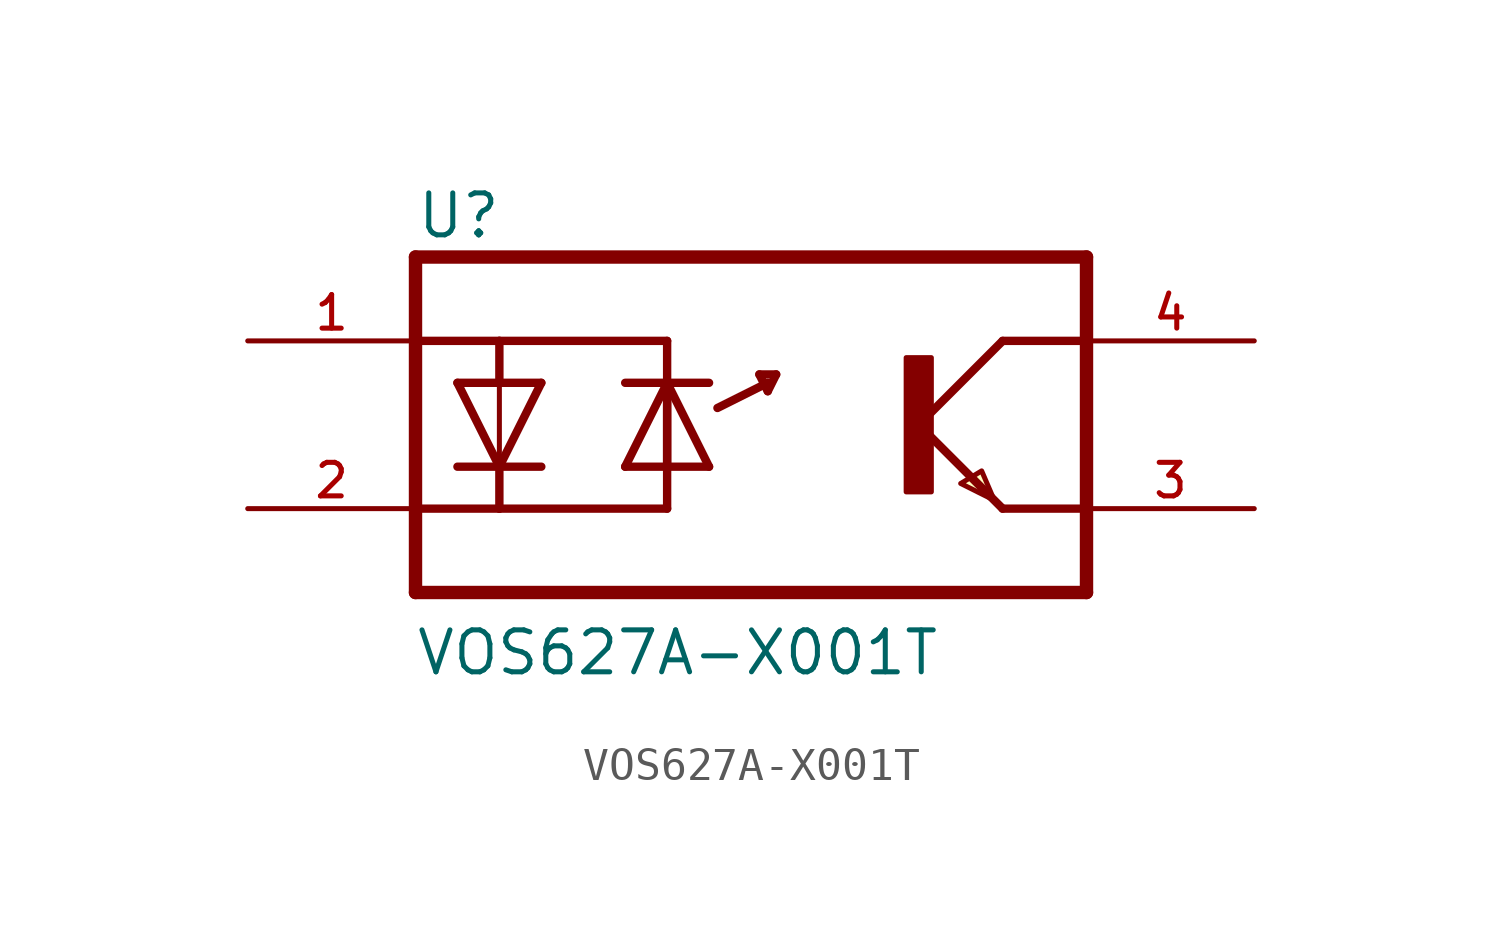
<source format=kicad_sym>
(kicad_symbol_lib
  (version 20211014)
  (generator kicad_symbol_editor)
  (symbol "VOS627A-X001T"
    (pin_names
      (offset 1.016) hide)
    (property "Reference" "U"
      (at -10.16 5.588 0)
      (effects (font (size 1.27 1.27)) (justify left bottom)))
    (property "Value" "VOS627A-X001T"
      (at -10.185 -7.645 0)
      (effects (font (size 1.27 1.27)) (justify left bottom)))
    (symbol "VOS627A-X001T_0_0"
      (polyline (pts (xy -10.16 -5.08) (xy 10.16 -5.08)) (stroke (width 0.406) (type default) (color 0 0 0 0)) (fill (type none)))
      (polyline (pts (xy -10.16 -2.54) (xy -10.16 -5.08)) (stroke (width 0.406) (type default) (color 0 0 0 0)) (fill (type none)))
      (polyline (pts (xy -10.16 2.54) (xy -10.16 -2.54)) (stroke (width 0.406) (type default) (color 0 0 0 0)) (fill (type none)))
      (polyline (pts (xy -10.16 5.08) (xy -10.16 2.54)) (stroke (width 0.406) (type default) (color 0 0 0 0)) (fill (type none)))
      (polyline (pts (xy -10.16 5.08) (xy 10.16 5.08)) (stroke (width 0.406) (type default) (color 0 0 0 0)) (fill (type none)))
      (polyline (pts (xy -7.62 -2.54) (xy -10.16 -2.54)) (stroke (width 0.254) (type default) (color 0 0 0 0)) (fill (type none)))
      (polyline (pts (xy -7.62 -2.54) (xy -2.54 -2.54)) (stroke (width 0.254) (type default) (color 0 0 0 0)) (fill (type none)))
      (polyline (pts (xy -7.62 -1.27) (xy -8.89 -1.27)) (stroke (width 0.254) (type default) (color 0 0 0 0)) (fill (type none)))
      (polyline (pts (xy -7.62 -1.27) (xy -8.89 1.27)) (stroke (width 0.254) (type default) (color 0 0 0 0)) (fill (type none)))
      (polyline (pts (xy -7.62 -1.27) (xy -7.62 -2.54)) (stroke (width 0.254) (type default) (color 0 0 0 0)) (fill (type none)))
      (polyline (pts (xy -7.62 1.27) (xy -8.89 1.27)) (stroke (width 0.254) (type default) (color 0 0 0 0)) (fill (type none)))
      (polyline (pts (xy -7.62 1.27) (xy -7.62 -1.27)) (stroke (width 0.152) (type default) (color 0 0 0 0)) (fill (type none)))
      (polyline (pts (xy -7.62 1.27) (xy -7.62 2.54)) (stroke (width 0.254) (type default) (color 0 0 0 0)) (fill (type none)))
      (polyline (pts (xy -7.62 2.54) (xy -10.16 2.54)) (stroke (width 0.254) (type default) (color 0 0 0 0)) (fill (type none)))
      (polyline (pts (xy -7.62 2.54) (xy -2.54 2.54)) (stroke (width 0.254) (type default) (color 0 0 0 0)) (fill (type none)))
      (polyline (pts (xy -6.35 -1.27) (xy -7.62 -1.27)) (stroke (width 0.254) (type default) (color 0 0 0 0)) (fill (type none)))
      (polyline (pts (xy -6.35 1.27) (xy -7.62 -1.27)) (stroke (width 0.254) (type default) (color 0 0 0 0)) (fill (type none)))
      (polyline (pts (xy -6.35 1.27) (xy -7.62 1.27)) (stroke (width 0.254) (type default) (color 0 0 0 0)) (fill (type none)))
      (polyline (pts (xy -3.81 -1.27) (xy -2.54 -1.27)) (stroke (width 0.254) (type default) (color 0 0 0 0)) (fill (type none)))
      (polyline (pts (xy -3.81 -1.27) (xy -2.54 1.27)) (stroke (width 0.254) (type default) (color 0 0 0 0)) (fill (type none)))
      (polyline (pts (xy -3.81 1.27) (xy -2.54 1.27)) (stroke (width 0.254) (type default) (color 0 0 0 0)) (fill (type none)))
      (polyline (pts (xy -2.54 -1.27) (xy -2.54 1.27)) (stroke (width 0.152) (type default) (color 0 0 0 0)) (fill (type none)))
      (polyline (pts (xy -2.54 -1.27) (xy -2.54 2.54)) (stroke (width 0.254) (type default) (color 0 0 0 0)) (fill (type none)))
      (polyline (pts (xy -2.54 -1.27) (xy -1.27 -1.27)) (stroke (width 0.254) (type default) (color 0 0 0 0)) (fill (type none)))
      (polyline (pts (xy -2.54 1.27) (xy -2.54 -2.54)) (stroke (width 0.254) (type default) (color 0 0 0 0)) (fill (type none)))
      (polyline (pts (xy -2.54 1.27) (xy -1.27 -1.27)) (stroke (width 0.254) (type default) (color 0 0 0 0)) (fill (type none)))
      (polyline (pts (xy -2.54 1.27) (xy -1.27 1.27)) (stroke (width 0.254) (type default) (color 0 0 0 0)) (fill (type none)))
      (polyline (pts (xy -1.016 0.508) (xy 0.508 1.27)) (stroke (width 0.254) (type default) (color 0 0 0 0)) (fill (type none)))
      (polyline (pts (xy 0.254 1.524) (xy 0.508 1.016)) (stroke (width 0.254) (type default) (color 0 0 0 0)) (fill (type none)))
      (polyline (pts (xy 0.508 1.016) (xy 0.762 1.524)) (stroke (width 0.254) (type default) (color 0 0 0 0)) (fill (type none)))
      (polyline (pts (xy 0.762 1.524) (xy 0.254 1.524)) (stroke (width 0.254) (type default) (color 0 0 0 0)) (fill (type none)))
      (polyline (pts (xy 5.08 0) (xy 7.62 -2.54)) (stroke (width 0.254) (type default) (color 0 0 0 0)) (fill (type none)))
      (polyline (pts (xy 7.62 -2.54) (xy 10.16 -2.54)) (stroke (width 0.254) (type default) (color 0 0 0 0)) (fill (type none)))
      (polyline (pts (xy 7.62 2.54) (xy 5.08 0)) (stroke (width 0.254) (type default) (color 0 0 0 0)) (fill (type none)))
      (polyline (pts (xy 7.62 2.54) (xy 10.16 2.54)) (stroke (width 0.254) (type default) (color 0 0 0 0)) (fill (type none)))
      (polyline (pts (xy 10.16 -5.08) (xy 10.16 -2.54)) (stroke (width 0.406) (type default) (color 0 0 0 0)) (fill (type none)))
      (polyline (pts (xy 10.16 2.54) (xy 10.16 -2.54)) (stroke (width 0.406) (type default) (color 0 0 0 0)) (fill (type none)))
      (polyline (pts (xy 10.16 5.08) (xy 10.16 2.54)) (stroke (width 0.406) (type default) (color 0 0 0 0)) (fill (type none)))
      (polyline (pts (xy 6.985 -1.397) (xy 7.366 -2.286) (xy 6.35 -1.778) (xy 6.985 -1.397)) (stroke (width 0.152) (type default) (color 0 0 0 0)) (fill (type background)))
      (rectangle (start 4.699 -2.032) (end 5.461 2.032) (stroke (width 0) (type default) (color 0 0 0 0)) (fill (type outline)))
      (pin passive line (at -15.24 2.54 0) (length 5.08) (name "~" (effects (font (size 1.016 1.016)))) (number "1" (effects (font (size 1.016 1.016)))))
      (pin passive line (at -15.24 -2.54 0) (length 5.08) (name "~" (effects (font (size 1.016 1.016)))) (number "2" (effects (font (size 1.016 1.016)))))
      (pin passive line (at 15.24 -2.54 180) (length 5.08) (name "~" (effects (font (size 1.016 1.016)))) (number "3" (effects (font (size 1.016 1.016)))))
      (pin passive line (at 15.24 2.54 180) (length 5.08) (name "~" (effects (font (size 1.016 1.016)))) (number "4" (effects (font (size 1.016 1.016))))))))
</source>
